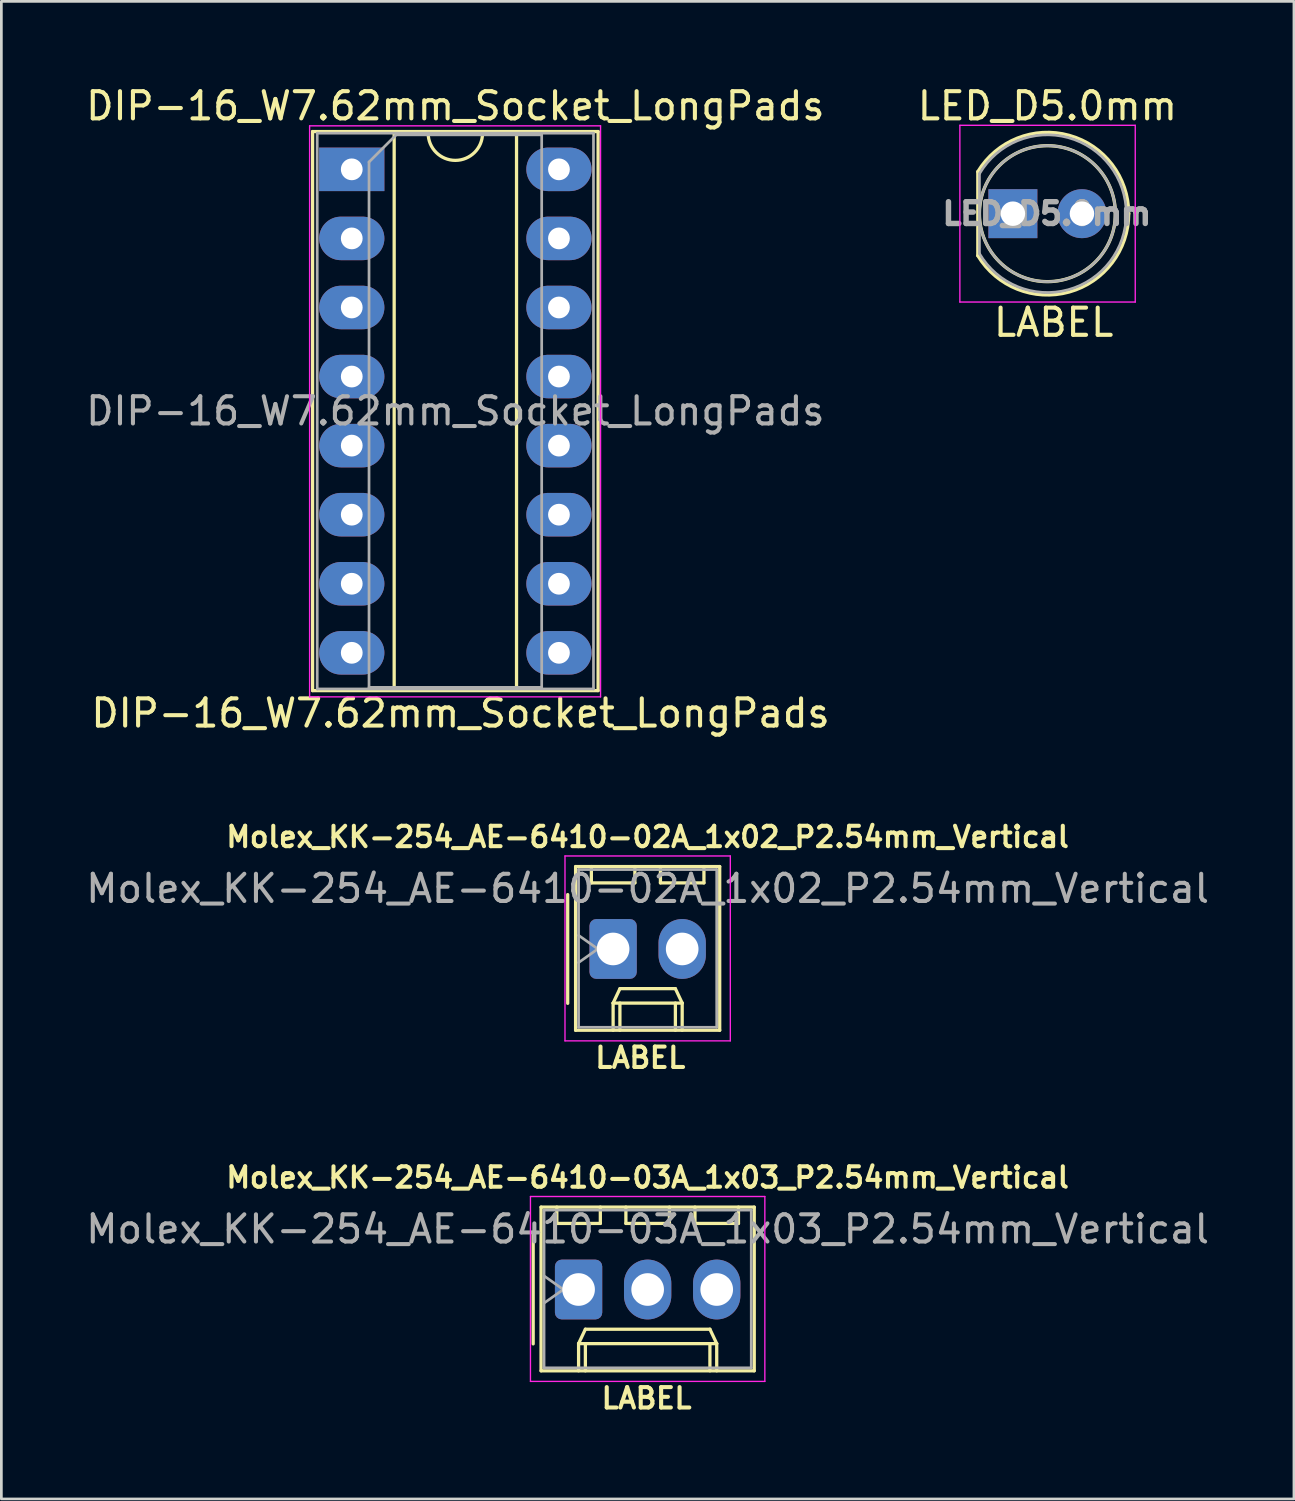
<source format=kicad_pcb>
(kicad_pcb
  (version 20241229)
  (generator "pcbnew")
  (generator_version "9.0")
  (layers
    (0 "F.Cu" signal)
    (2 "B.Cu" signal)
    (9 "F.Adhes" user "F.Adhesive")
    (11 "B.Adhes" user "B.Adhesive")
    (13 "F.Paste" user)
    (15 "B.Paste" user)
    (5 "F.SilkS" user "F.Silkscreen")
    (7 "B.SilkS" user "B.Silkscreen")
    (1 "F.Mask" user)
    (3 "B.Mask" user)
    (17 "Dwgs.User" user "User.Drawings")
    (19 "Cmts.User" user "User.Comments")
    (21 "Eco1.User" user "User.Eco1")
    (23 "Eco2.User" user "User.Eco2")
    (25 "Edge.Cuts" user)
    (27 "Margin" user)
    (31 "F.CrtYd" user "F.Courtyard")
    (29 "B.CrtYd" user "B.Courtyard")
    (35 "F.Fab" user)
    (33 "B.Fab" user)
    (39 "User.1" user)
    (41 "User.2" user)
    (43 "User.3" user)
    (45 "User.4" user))
  (footprint "Molex_KK-254_AE-6410-02A_1x02_P2.54mm_Vertical"
    (layer "F.Cu")
    (at 19.498 31.849)
    (property "Reference" "Molex_KK-254_AE-6410-02A_1x02_P2.54mm_Vertical" (at 1.27 -4.12 0) (layer "F.SilkS") (effects (font (size 0.75 0.75) (thickness 0.15))))
    (attr through_hole)
    (fp_line (start -1.67 -2) (end -1.67 2) (stroke (width 0.12) (type solid)) (layer "F.SilkS"))
    (fp_line (start -1.38 -3.03) (end -1.38 2.99) (stroke (width 0.12) (type solid)) (layer "F.SilkS"))
    (fp_line (start -1.38 2.99) (end 3.92 2.99) (stroke (width 0.12) (type solid)) (layer "F.SilkS"))
    (fp_line (start -0.8 -3.03) (end -0.8 -2.43) (stroke (width 0.12) (type solid)) (layer "F.SilkS"))
    (fp_line (start -0.8 -2.43) (end 0.8 -2.43) (stroke (width 0.12) (type solid)) (layer "F.SilkS"))
    (fp_line (start 0 1.99) (end 0.25 1.46) (stroke (width 0.12) (type solid)) (layer "F.SilkS"))
    (fp_line (start 0 1.99) (end 2.54 1.99) (stroke (width 0.12) (type solid)) (layer "F.SilkS"))
    (fp_line (start 0 2.99) (end 0 1.99) (stroke (width 0.12) (type solid)) (layer "F.SilkS"))
    (fp_line (start 0.25 1.46) (end 2.29 1.46) (stroke (width 0.12) (type solid)) (layer "F.SilkS"))
    (fp_line (start 0.25 2.99) (end 0.25 1.99) (stroke (width 0.12) (type solid)) (layer "F.SilkS"))
    (fp_line (start 0.8 -2.43) (end 0.8 -3.03) (stroke (width 0.12) (type solid)) (layer "F.SilkS"))
    (fp_line (start 1.74 -3.03) (end 1.74 -2.43) (stroke (width 0.12) (type solid)) (layer "F.SilkS"))
    (fp_line (start 1.74 -2.43) (end 3.34 -2.43) (stroke (width 0.12) (type solid)) (layer "F.SilkS"))
    (fp_line (start 2.29 1.46) (end 2.54 1.99) (stroke (width 0.12) (type solid)) (layer "F.SilkS"))
    (fp_line (start 2.29 2.99) (end 2.29 1.99) (stroke (width 0.12) (type solid)) (layer "F.SilkS"))
    (fp_line (start 2.54 1.99) (end 2.54 2.99) (stroke (width 0.12) (type solid)) (layer "F.SilkS"))
    (fp_line (start 3.34 -2.43) (end 3.34 -3.03) (stroke (width 0.12) (type solid)) (layer "F.SilkS"))
    (fp_line (start 3.92 -3.03) (end -1.38 -3.03) (stroke (width 0.12) (type solid)) (layer "F.SilkS"))
    (fp_line (start 3.92 2.99) (end 3.92 -3.03) (stroke (width 0.12) (type solid)) (layer "F.SilkS"))
    (fp_line (start -1.77 -3.42) (end -1.77 3.38) (stroke (width 0.05) (type solid)) (layer "F.CrtYd"))
    (fp_line (start -1.77 3.38) (end 4.31 3.38) (stroke (width 0.05) (type solid)) (layer "F.CrtYd"))
    (fp_line (start 4.31 -3.42) (end -1.77 -3.42) (stroke (width 0.05) (type solid)) (layer "F.CrtYd"))
    (fp_line (start 4.31 3.38) (end 4.31 -3.42) (stroke (width 0.05) (type solid)) (layer "F.CrtYd"))
    (fp_line (start -1.27 -2.92) (end -1.27 2.88) (stroke (width 0.1) (type solid)) (layer "F.Fab"))
    (fp_line (start -1.27 -0.5) (end -0.563 0) (stroke (width 0.1) (type solid)) (layer "F.Fab"))
    (fp_line (start -1.27 2.88) (end 3.81 2.88) (stroke (width 0.1) (type solid)) (layer "F.Fab"))
    (fp_line (start -0.563 0) (end -1.27 0.5) (stroke (width 0.1) (type solid)) (layer "F.Fab"))
    (fp_line (start 3.81 -2.92) (end -1.27 -2.92) (stroke (width 0.1) (type solid)) (layer "F.Fab"))
    (fp_line (start 3.81 2.88) (end 3.81 -2.92) (stroke (width 0.1) (type solid)) (layer "F.Fab"))
    (fp_text user "LABEL" (at 1 4 0) (layer "F.SilkS") (effects (font (size 0.75 0.75) (thickness 0.15))))
    (fp_text user "${REFERENCE}" (at 1.27 -2.22 0) (layer "F.Fab") (effects (font (size 1 1) (thickness 0.15))))
    (pad "1" thru_hole roundrect (at 0 0) (size 1.74 2.2) (drill 1.2) (layers "*.Cu" "*.Mask") (roundrect_rratio 0.144))
    (pad "2" thru_hole oval (at 2.54 0) (size 1.74 2.2) (drill 1.2) (layers "*.Cu" "*.Mask")))
  (footprint "Molex_KK-254_AE-6410-03A_1x03_P2.54mm_Vertical"
    (layer "F.Cu")
    (at 18.228 44.373)
    (property "Reference" "Molex_KK-254_AE-6410-03A_1x03_P2.54mm_Vertical" (at 2.54 -4.12 0) (layer "F.SilkS") (effects (font (size 0.75 0.75) (thickness 0.15))))
    (attr through_hole)
    (fp_line (start -1.67 -2) (end -1.67 2) (stroke (width 0.12) (type solid)) (layer "F.SilkS"))
    (fp_line (start -1.38 -3.03) (end -1.38 2.99) (stroke (width 0.12) (type solid)) (layer "F.SilkS"))
    (fp_line (start -1.38 2.99) (end 6.46 2.99) (stroke (width 0.12) (type solid)) (layer "F.SilkS"))
    (fp_line (start -0.8 -3.03) (end -0.8 -2.43) (stroke (width 0.12) (type solid)) (layer "F.SilkS"))
    (fp_line (start -0.8 -2.43) (end 0.8 -2.43) (stroke (width 0.12) (type solid)) (layer "F.SilkS"))
    (fp_line (start 0 1.99) (end 0.25 1.46) (stroke (width 0.12) (type solid)) (layer "F.SilkS"))
    (fp_line (start 0 1.99) (end 5.08 1.99) (stroke (width 0.12) (type solid)) (layer "F.SilkS"))
    (fp_line (start 0 2.99) (end 0 1.99) (stroke (width 0.12) (type solid)) (layer "F.SilkS"))
    (fp_line (start 0.25 1.46) (end 4.83 1.46) (stroke (width 0.12) (type solid)) (layer "F.SilkS"))
    (fp_line (start 0.25 2.99) (end 0.25 1.99) (stroke (width 0.12) (type solid)) (layer "F.SilkS"))
    (fp_line (start 0.8 -2.43) (end 0.8 -3.03) (stroke (width 0.12) (type solid)) (layer "F.SilkS"))
    (fp_line (start 1.74 -3.03) (end 1.74 -2.43) (stroke (width 0.12) (type solid)) (layer "F.SilkS"))
    (fp_line (start 1.74 -2.43) (end 3.34 -2.43) (stroke (width 0.12) (type solid)) (layer "F.SilkS"))
    (fp_line (start 3.34 -2.43) (end 3.34 -3.03) (stroke (width 0.12) (type solid)) (layer "F.SilkS"))
    (fp_line (start 4.28 -3.03) (end 4.28 -2.43) (stroke (width 0.12) (type solid)) (layer "F.SilkS"))
    (fp_line (start 4.28 -2.43) (end 5.88 -2.43) (stroke (width 0.12) (type solid)) (layer "F.SilkS"))
    (fp_line (start 4.83 1.46) (end 5.08 1.99) (stroke (width 0.12) (type solid)) (layer "F.SilkS"))
    (fp_line (start 4.83 2.99) (end 4.83 1.99) (stroke (width 0.12) (type solid)) (layer "F.SilkS"))
    (fp_line (start 5.08 1.99) (end 5.08 2.99) (stroke (width 0.12) (type solid)) (layer "F.SilkS"))
    (fp_line (start 5.88 -2.43) (end 5.88 -3.03) (stroke (width 0.12) (type solid)) (layer "F.SilkS"))
    (fp_line (start 6.46 -3.03) (end -1.38 -3.03) (stroke (width 0.12) (type solid)) (layer "F.SilkS"))
    (fp_line (start 6.46 2.99) (end 6.46 -3.03) (stroke (width 0.12) (type solid)) (layer "F.SilkS"))
    (fp_line (start -1.77 -3.42) (end -1.77 3.38) (stroke (width 0.05) (type solid)) (layer "F.CrtYd"))
    (fp_line (start -1.77 3.38) (end 6.85 3.38) (stroke (width 0.05) (type solid)) (layer "F.CrtYd"))
    (fp_line (start 6.85 -3.42) (end -1.77 -3.42) (stroke (width 0.05) (type solid)) (layer "F.CrtYd"))
    (fp_line (start 6.85 3.38) (end 6.85 -3.42) (stroke (width 0.05) (type solid)) (layer "F.CrtYd"))
    (fp_line (start -1.27 -2.92) (end -1.27 2.88) (stroke (width 0.1) (type solid)) (layer "F.Fab"))
    (fp_line (start -1.27 -0.5) (end -0.563 0) (stroke (width 0.1) (type solid)) (layer "F.Fab"))
    (fp_line (start -1.27 2.88) (end 6.35 2.88) (stroke (width 0.1) (type solid)) (layer "F.Fab"))
    (fp_line (start -0.563 0) (end -1.27 0.5) (stroke (width 0.1) (type solid)) (layer "F.Fab"))
    (fp_line (start 6.35 -2.92) (end -1.27 -2.92) (stroke (width 0.1) (type solid)) (layer "F.Fab"))
    (fp_line (start 6.35 2.88) (end 6.35 -2.92) (stroke (width 0.1) (type solid)) (layer "F.Fab"))
    (fp_text user "LABEL" (at 2.5 4 0) (layer "F.SilkS") (effects (font (size 0.75 0.75) (thickness 0.15))))
    (fp_text user "${REFERENCE}" (at 2.54 -2.22 0) (layer "F.Fab") (effects (font (size 1 1) (thickness 0.15))))
    (pad "1" thru_hole roundrect (at 0 0) (size 1.74 2.2) (drill 1.2) (layers "*.Cu" "*.Mask") (roundrect_rratio 0.144))
    (pad "2" thru_hole oval (at 2.54 0) (size 1.74 2.2) (drill 1.2) (layers "*.Cu" "*.Mask"))
    (pad "3" thru_hole oval (at 5.08 0) (size 1.74 2.2) (drill 1.2) (layers "*.Cu" "*.Mask")))
  (footprint "DIP-16_W7.62mm_Socket_LongPads"
    (layer "F.Cu")
    (at 9.886 3.178)
    (property "Reference" "DIP-16_W7.62mm_Socket_LongPads" (at 3.81 -2.33 0) (layer "F.SilkS") (effects (font (size 1 1) (thickness 0.15))))
    (property "Value" "DIP-16_W7.62mm_Socket_LongPads" (at 3.81 20.11 0) (layer "F.Fab") (hide yes) (effects (font (size 1 1) (thickness 0.15))))
    (attr through_hole)
    (fp_line (start -1.44 -1.39) (end -1.44 19.17) (stroke (width 0.12) (type solid)) (layer "F.SilkS"))
    (fp_line (start -1.44 19.17) (end 9.06 19.17) (stroke (width 0.12) (type solid)) (layer "F.SilkS"))
    (fp_line (start 1.56 -1.33) (end 1.56 19.11) (stroke (width 0.12) (type solid)) (layer "F.SilkS"))
    (fp_line (start 1.56 19.11) (end 6.06 19.11) (stroke (width 0.12) (type solid)) (layer "F.SilkS"))
    (fp_line (start 2.81 -1.33) (end 1.56 -1.33) (stroke (width 0.12) (type solid)) (layer "F.SilkS"))
    (fp_line (start 6.06 -1.33) (end 4.81 -1.33) (stroke (width 0.12) (type solid)) (layer "F.SilkS"))
    (fp_line (start 6.06 19.11) (end 6.06 -1.33) (stroke (width 0.12) (type solid)) (layer "F.SilkS"))
    (fp_line (start 9.06 -1.39) (end -1.44 -1.39) (stroke (width 0.12) (type solid)) (layer "F.SilkS"))
    (fp_line (start 9.06 19.17) (end 9.06 -1.39) (stroke (width 0.12) (type solid)) (layer "F.SilkS"))
    (fp_arc (start 4.81 -1.33) (mid 3.81 -0.33) (end 2.81 -1.33) (stroke (width 0.12) (type solid)) (layer "F.SilkS"))
    (fp_line (start -1.55 -1.6) (end -1.55 19.4) (stroke (width 0.05) (type solid)) (layer "F.CrtYd"))
    (fp_line (start -1.55 19.4) (end 9.15 19.4) (stroke (width 0.05) (type solid)) (layer "F.CrtYd"))
    (fp_line (start 9.15 -1.6) (end -1.55 -1.6) (stroke (width 0.05) (type solid)) (layer "F.CrtYd"))
    (fp_line (start 9.15 19.4) (end 9.15 -1.6) (stroke (width 0.05) (type solid)) (layer "F.CrtYd"))
    (fp_line (start -1.27 -1.33) (end -1.27 19.11) (stroke (width 0.1) (type solid)) (layer "F.Fab"))
    (fp_line (start -1.27 19.11) (end 8.89 19.11) (stroke (width 0.1) (type solid)) (layer "F.Fab"))
    (fp_line (start 0.635 -0.27) (end 1.635 -1.27) (stroke (width 0.1) (type solid)) (layer "F.Fab"))
    (fp_line (start 0.635 19.05) (end 0.635 -0.27) (stroke (width 0.1) (type solid)) (layer "F.Fab"))
    (fp_line (start 1.635 -1.27) (end 6.985 -1.27) (stroke (width 0.1) (type solid)) (layer "F.Fab"))
    (fp_line (start 6.985 -1.27) (end 6.985 19.05) (stroke (width 0.1) (type solid)) (layer "F.Fab"))
    (fp_line (start 6.985 19.05) (end 0.635 19.05) (stroke (width 0.1) (type solid)) (layer "F.Fab"))
    (fp_line (start 8.89 -1.33) (end -1.27 -1.33) (stroke (width 0.1) (type solid)) (layer "F.Fab"))
    (fp_line (start 8.89 19.11) (end 8.89 -1.33) (stroke (width 0.1) (type solid)) (layer "F.Fab"))
    (fp_text user "${VALUE}" (at 4 20 0) (layer "F.SilkS") (effects (font (size 1 1) (thickness 0.15))))
    (fp_text user "${REFERENCE}" (at 3.81 8.89 0) (layer "F.Fab") (effects (font (size 1 1) (thickness 0.15))))
    (pad "1" thru_hole rect (at 0 0) (size 2.4 1.6) (drill 0.8) (layers "*.Cu" "*.Mask"))
    (pad "2" thru_hole oval (at 0 2.54) (size 2.4 1.6) (drill 0.8) (layers "*.Cu" "*.Mask"))
    (pad "3" thru_hole oval (at 0 5.08) (size 2.4 1.6) (drill 0.8) (layers "*.Cu" "*.Mask"))
    (pad "4" thru_hole oval (at 0 7.62) (size 2.4 1.6) (drill 0.8) (layers "*.Cu" "*.Mask"))
    (pad "5" thru_hole oval (at 0 10.16) (size 2.4 1.6) (drill 0.8) (layers "*.Cu" "*.Mask"))
    (pad "6" thru_hole oval (at 0 12.7) (size 2.4 1.6) (drill 0.8) (layers "*.Cu" "*.Mask"))
    (pad "7" thru_hole oval (at 0 15.24) (size 2.4 1.6) (drill 0.8) (layers "*.Cu" "*.Mask"))
    (pad "8" thru_hole oval (at 0 17.78) (size 2.4 1.6) (drill 0.8) (layers "*.Cu" "*.Mask"))
    (pad "9" thru_hole oval (at 7.62 17.78) (size 2.4 1.6) (drill 0.8) (layers "*.Cu" "*.Mask"))
    (pad "10" thru_hole oval (at 7.62 15.24) (size 2.4 1.6) (drill 0.8) (layers "*.Cu" "*.Mask"))
    (pad "11" thru_hole oval (at 7.62 12.7) (size 2.4 1.6) (drill 0.8) (layers "*.Cu" "*.Mask"))
    (pad "12" thru_hole oval (at 7.62 10.16) (size 2.4 1.6) (drill 0.8) (layers "*.Cu" "*.Mask"))
    (pad "13" thru_hole oval (at 7.62 7.62) (size 2.4 1.6) (drill 0.8) (layers "*.Cu" "*.Mask"))
    (pad "14" thru_hole oval (at 7.62 5.08) (size 2.4 1.6) (drill 0.8) (layers "*.Cu" "*.Mask"))
    (pad "15" thru_hole oval (at 7.62 2.54) (size 2.4 1.6) (drill 0.8) (layers "*.Cu" "*.Mask"))
    (pad "16" thru_hole oval (at 7.62 0) (size 2.4 1.6) (drill 0.8) (layers "*.Cu" "*.Mask")))
  (footprint "LED_D5.0mm"
    (layer "F.Cu")
    (at 34.2 4.808)
    (property "Reference" "LED_D5.0mm" (at 1.27 -3.96 0) (layer "F.SilkS") (effects (font (size 1 1) (thickness 0.15))))
    (attr through_hole)
    (fp_line (start -1.29 -1.545) (end -1.29 1.545) (stroke (width 0.12) (type solid)) (layer "F.SilkS"))
    (fp_arc (start -1.29 -1.54483) (mid 2.072002 -2.880433) (end 4.26 0.000462) (stroke (width 0.12) (type solid)) (layer "F.SilkS"))
    (fp_arc (start 4.26 -0.000462) (mid 2.072002 2.880433) (end -1.29 1.54483) (stroke (width 0.12) (type solid)) (layer "F.SilkS"))
    (fp_circle (center 1.27 0) (end 3.77 0) (stroke (width 0.12) (type solid)) (fill no) (layer "F.SilkS"))
    (fp_line (start -1.95 -3.25) (end -1.95 3.25) (stroke (width 0.05) (type solid)) (layer "F.CrtYd"))
    (fp_line (start -1.95 3.25) (end 4.5 3.25) (stroke (width 0.05) (type solid)) (layer "F.CrtYd"))
    (fp_line (start 4.5 -3.25) (end -1.95 -3.25) (stroke (width 0.05) (type solid)) (layer "F.CrtYd"))
    (fp_line (start 4.5 3.25) (end 4.5 -3.25) (stroke (width 0.05) (type solid)) (layer "F.CrtYd"))
    (fp_line (start -1.23 -1.47) (end -1.23 1.47) (stroke (width 0.1) (type solid)) (layer "F.Fab"))
    (fp_arc (start -1.23 -1.469694) (mid 4.17 0.000016) (end -1.230016 1.469666) (stroke (width 0.1) (type solid)) (layer "F.Fab"))
    (fp_circle (center 1.27 0) (end 3.77 0) (stroke (width 0.1) (type solid)) (fill no) (layer "F.Fab"))
    (fp_text user "LABEL" (at 1.5 4 0) (layer "F.SilkS") (effects (font (size 1 1) (thickness 0.15))))
    (fp_text user "${REFERENCE}" (at 1.25 0 0) (layer "F.Fab") (effects (font (size 0.8 0.8) (thickness 0.2))))
    (pad "1" thru_hole rect (at 0 0) (size 1.8 1.8) (drill 0.9) (layers "*.Cu" "*.Mask"))
    (pad "2" thru_hole circle (at 2.54 0) (size 1.8 1.8) (drill 0.9) (layers "*.Cu" "*.Mask")))
  (gr_rect
    (start -3 -3)
    (end 44.536 52.075)
    (stroke (width 0.1) (type default))
    (fill no)
    (layer "Edge.Cuts")))
</source>
